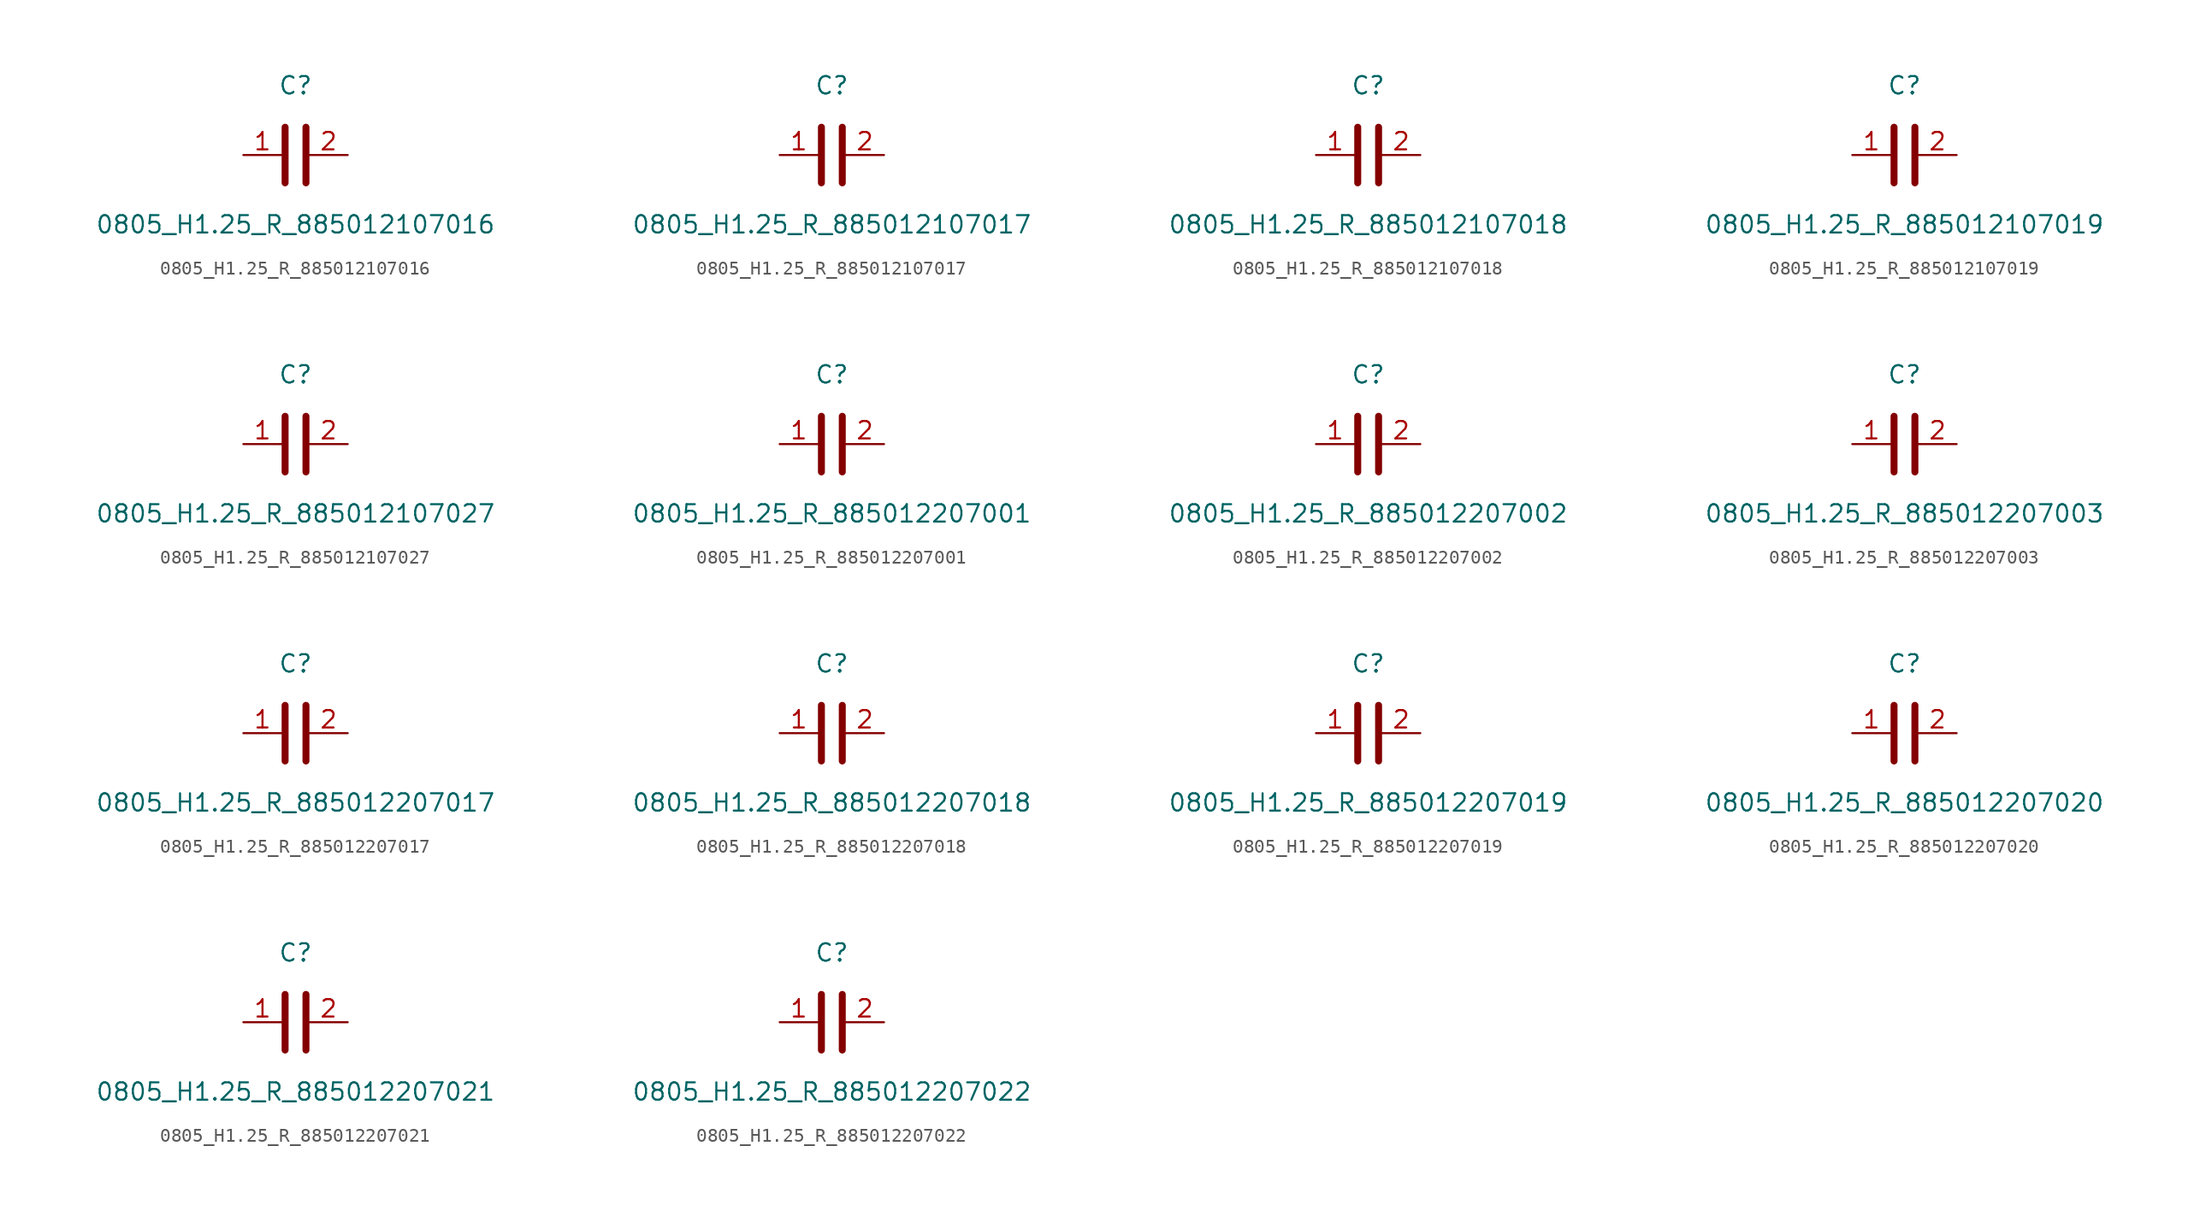
<source format=kicad_sym>
(kicad_symbol_lib
  (version 20220914)
  (generator kicad_symbol_editor)
  (symbol "0805_H1.25_R_885012107016"
    (pin_names hide)
    (property "Reference" "C"
      (at 0 5.08 0)
      (effects (font (size 1.27 1.27))))
    (property "Value" "0805_H1.25_R_885012107016"
      (at 0 -5.08 0)
      (effects (font (size 1.27 1.27))))
    (symbol "0805_H1.25_R_885012107016_0_1"
      (polyline (pts (xy -0.762 -2.032) (xy -0.762 2.032)) (stroke (width 0.508) (type default)) (fill (type none)))
      (polyline (pts (xy 0.762 -2.032) (xy 0.762 2.032)) (stroke (width 0.508) (type default)) (fill (type none))))
    (symbol "0805_H1.25_R_885012107016_1_1"
      (pin passive line (at -3.81 0 0) (length 2.794) (name "1" (effects (font (size 1.27 1.27)))) (number "1" (effects (font (size 1.27 1.27)))))
      (pin passive line (at 3.81 0 180) (length 2.794) (name "2" (effects (font (size 1.27 1.27)))) (number "2" (effects (font (size 1.27 1.27)))))))
  (symbol "0805_H1.25_R_885012107017"
    (pin_names hide)
    (property "Reference" "C"
      (at 0 5.08 0)
      (effects (font (size 1.27 1.27))))
    (property "Value" "0805_H1.25_R_885012107017"
      (at 0 -5.08 0)
      (effects (font (size 1.27 1.27))))
    (symbol "0805_H1.25_R_885012107017_0_1"
      (polyline (pts (xy -0.762 -2.032) (xy -0.762 2.032)) (stroke (width 0.508) (type default)) (fill (type none)))
      (polyline (pts (xy 0.762 -2.032) (xy 0.762 2.032)) (stroke (width 0.508) (type default)) (fill (type none))))
    (symbol "0805_H1.25_R_885012107017_1_1"
      (pin passive line (at -3.81 0 0) (length 2.794) (name "1" (effects (font (size 1.27 1.27)))) (number "1" (effects (font (size 1.27 1.27)))))
      (pin passive line (at 3.81 0 180) (length 2.794) (name "2" (effects (font (size 1.27 1.27)))) (number "2" (effects (font (size 1.27 1.27)))))))
  (symbol "0805_H1.25_R_885012107018"
    (pin_names hide)
    (property "Reference" "C"
      (at 0 5.08 0)
      (effects (font (size 1.27 1.27))))
    (property "Value" "0805_H1.25_R_885012107018"
      (at 0 -5.08 0)
      (effects (font (size 1.27 1.27))))
    (symbol "0805_H1.25_R_885012107018_0_1"
      (polyline (pts (xy -0.762 -2.032) (xy -0.762 2.032)) (stroke (width 0.508) (type default)) (fill (type none)))
      (polyline (pts (xy 0.762 -2.032) (xy 0.762 2.032)) (stroke (width 0.508) (type default)) (fill (type none))))
    (symbol "0805_H1.25_R_885012107018_1_1"
      (pin passive line (at -3.81 0 0) (length 2.794) (name "1" (effects (font (size 1.27 1.27)))) (number "1" (effects (font (size 1.27 1.27)))))
      (pin passive line (at 3.81 0 180) (length 2.794) (name "2" (effects (font (size 1.27 1.27)))) (number "2" (effects (font (size 1.27 1.27)))))))
  (symbol "0805_H1.25_R_885012107019"
    (pin_names hide)
    (property "Reference" "C"
      (at 0 5.08 0)
      (effects (font (size 1.27 1.27))))
    (property "Value" "0805_H1.25_R_885012107019"
      (at 0 -5.08 0)
      (effects (font (size 1.27 1.27))))
    (symbol "0805_H1.25_R_885012107019_0_1"
      (polyline (pts (xy -0.762 -2.032) (xy -0.762 2.032)) (stroke (width 0.508) (type default)) (fill (type none)))
      (polyline (pts (xy 0.762 -2.032) (xy 0.762 2.032)) (stroke (width 0.508) (type default)) (fill (type none))))
    (symbol "0805_H1.25_R_885012107019_1_1"
      (pin passive line (at -3.81 0 0) (length 2.794) (name "1" (effects (font (size 1.27 1.27)))) (number "1" (effects (font (size 1.27 1.27)))))
      (pin passive line (at 3.81 0 180) (length 2.794) (name "2" (effects (font (size 1.27 1.27)))) (number "2" (effects (font (size 1.27 1.27)))))))
  (symbol "0805_H1.25_R_885012107027"
    (pin_names hide)
    (property "Reference" "C"
      (at 0 5.08 0)
      (effects (font (size 1.27 1.27))))
    (property "Value" "0805_H1.25_R_885012107027"
      (at 0 -5.08 0)
      (effects (font (size 1.27 1.27))))
    (symbol "0805_H1.25_R_885012107027_0_1"
      (polyline (pts (xy -0.762 -2.032) (xy -0.762 2.032)) (stroke (width 0.508) (type default)) (fill (type none)))
      (polyline (pts (xy 0.762 -2.032) (xy 0.762 2.032)) (stroke (width 0.508) (type default)) (fill (type none))))
    (symbol "0805_H1.25_R_885012107027_1_1"
      (pin passive line (at -3.81 0 0) (length 2.794) (name "1" (effects (font (size 1.27 1.27)))) (number "1" (effects (font (size 1.27 1.27)))))
      (pin passive line (at 3.81 0 180) (length 2.794) (name "2" (effects (font (size 1.27 1.27)))) (number "2" (effects (font (size 1.27 1.27)))))))
  (symbol "0805_H1.25_R_885012207001"
    (pin_names hide)
    (property "Reference" "C"
      (at 0 5.08 0)
      (effects (font (size 1.27 1.27))))
    (property "Value" "0805_H1.25_R_885012207001"
      (at 0 -5.08 0)
      (effects (font (size 1.27 1.27))))
    (symbol "0805_H1.25_R_885012207001_0_1"
      (polyline (pts (xy -0.762 -2.032) (xy -0.762 2.032)) (stroke (width 0.508) (type default)) (fill (type none)))
      (polyline (pts (xy 0.762 -2.032) (xy 0.762 2.032)) (stroke (width 0.508) (type default)) (fill (type none))))
    (symbol "0805_H1.25_R_885012207001_1_1"
      (pin passive line (at -3.81 0 0) (length 2.794) (name "1" (effects (font (size 1.27 1.27)))) (number "1" (effects (font (size 1.27 1.27)))))
      (pin passive line (at 3.81 0 180) (length 2.794) (name "2" (effects (font (size 1.27 1.27)))) (number "2" (effects (font (size 1.27 1.27)))))))
  (symbol "0805_H1.25_R_885012207002"
    (pin_names hide)
    (property "Reference" "C"
      (at 0 5.08 0)
      (effects (font (size 1.27 1.27))))
    (property "Value" "0805_H1.25_R_885012207002"
      (at 0 -5.08 0)
      (effects (font (size 1.27 1.27))))
    (symbol "0805_H1.25_R_885012207002_0_1"
      (polyline (pts (xy -0.762 -2.032) (xy -0.762 2.032)) (stroke (width 0.508) (type default)) (fill (type none)))
      (polyline (pts (xy 0.762 -2.032) (xy 0.762 2.032)) (stroke (width 0.508) (type default)) (fill (type none))))
    (symbol "0805_H1.25_R_885012207002_1_1"
      (pin passive line (at -3.81 0 0) (length 2.794) (name "1" (effects (font (size 1.27 1.27)))) (number "1" (effects (font (size 1.27 1.27)))))
      (pin passive line (at 3.81 0 180) (length 2.794) (name "2" (effects (font (size 1.27 1.27)))) (number "2" (effects (font (size 1.27 1.27)))))))
  (symbol "0805_H1.25_R_885012207003"
    (pin_names hide)
    (property "Reference" "C"
      (at 0 5.08 0)
      (effects (font (size 1.27 1.27))))
    (property "Value" "0805_H1.25_R_885012207003"
      (at 0 -5.08 0)
      (effects (font (size 1.27 1.27))))
    (symbol "0805_H1.25_R_885012207003_0_1"
      (polyline (pts (xy -0.762 -2.032) (xy -0.762 2.032)) (stroke (width 0.508) (type default)) (fill (type none)))
      (polyline (pts (xy 0.762 -2.032) (xy 0.762 2.032)) (stroke (width 0.508) (type default)) (fill (type none))))
    (symbol "0805_H1.25_R_885012207003_1_1"
      (pin passive line (at -3.81 0 0) (length 2.794) (name "1" (effects (font (size 1.27 1.27)))) (number "1" (effects (font (size 1.27 1.27)))))
      (pin passive line (at 3.81 0 180) (length 2.794) (name "2" (effects (font (size 1.27 1.27)))) (number "2" (effects (font (size 1.27 1.27)))))))
  (symbol "0805_H1.25_R_885012207017"
    (pin_names hide)
    (property "Reference" "C"
      (at 0 5.08 0)
      (effects (font (size 1.27 1.27))))
    (property "Value" "0805_H1.25_R_885012207017"
      (at 0 -5.08 0)
      (effects (font (size 1.27 1.27))))
    (symbol "0805_H1.25_R_885012207017_0_1"
      (polyline (pts (xy -0.762 -2.032) (xy -0.762 2.032)) (stroke (width 0.508) (type default)) (fill (type none)))
      (polyline (pts (xy 0.762 -2.032) (xy 0.762 2.032)) (stroke (width 0.508) (type default)) (fill (type none))))
    (symbol "0805_H1.25_R_885012207017_1_1"
      (pin passive line (at -3.81 0 0) (length 2.794) (name "1" (effects (font (size 1.27 1.27)))) (number "1" (effects (font (size 1.27 1.27)))))
      (pin passive line (at 3.81 0 180) (length 2.794) (name "2" (effects (font (size 1.27 1.27)))) (number "2" (effects (font (size 1.27 1.27)))))))
  (symbol "0805_H1.25_R_885012207018"
    (pin_names hide)
    (property "Reference" "C"
      (at 0 5.08 0)
      (effects (font (size 1.27 1.27))))
    (property "Value" "0805_H1.25_R_885012207018"
      (at 0 -5.08 0)
      (effects (font (size 1.27 1.27))))
    (symbol "0805_H1.25_R_885012207018_0_1"
      (polyline (pts (xy -0.762 -2.032) (xy -0.762 2.032)) (stroke (width 0.508) (type default)) (fill (type none)))
      (polyline (pts (xy 0.762 -2.032) (xy 0.762 2.032)) (stroke (width 0.508) (type default)) (fill (type none))))
    (symbol "0805_H1.25_R_885012207018_1_1"
      (pin passive line (at -3.81 0 0) (length 2.794) (name "1" (effects (font (size 1.27 1.27)))) (number "1" (effects (font (size 1.27 1.27)))))
      (pin passive line (at 3.81 0 180) (length 2.794) (name "2" (effects (font (size 1.27 1.27)))) (number "2" (effects (font (size 1.27 1.27)))))))
  (symbol "0805_H1.25_R_885012207019"
    (pin_names hide)
    (property "Reference" "C"
      (at 0 5.08 0)
      (effects (font (size 1.27 1.27))))
    (property "Value" "0805_H1.25_R_885012207019"
      (at 0 -5.08 0)
      (effects (font (size 1.27 1.27))))
    (symbol "0805_H1.25_R_885012207019_0_1"
      (polyline (pts (xy -0.762 -2.032) (xy -0.762 2.032)) (stroke (width 0.508) (type default)) (fill (type none)))
      (polyline (pts (xy 0.762 -2.032) (xy 0.762 2.032)) (stroke (width 0.508) (type default)) (fill (type none))))
    (symbol "0805_H1.25_R_885012207019_1_1"
      (pin passive line (at -3.81 0 0) (length 2.794) (name "1" (effects (font (size 1.27 1.27)))) (number "1" (effects (font (size 1.27 1.27)))))
      (pin passive line (at 3.81 0 180) (length 2.794) (name "2" (effects (font (size 1.27 1.27)))) (number "2" (effects (font (size 1.27 1.27)))))))
  (symbol "0805_H1.25_R_885012207020"
    (pin_names hide)
    (property "Reference" "C"
      (at 0 5.08 0)
      (effects (font (size 1.27 1.27))))
    (property "Value" "0805_H1.25_R_885012207020"
      (at 0 -5.08 0)
      (effects (font (size 1.27 1.27))))
    (symbol "0805_H1.25_R_885012207020_0_1"
      (polyline (pts (xy -0.762 -2.032) (xy -0.762 2.032)) (stroke (width 0.508) (type default)) (fill (type none)))
      (polyline (pts (xy 0.762 -2.032) (xy 0.762 2.032)) (stroke (width 0.508) (type default)) (fill (type none))))
    (symbol "0805_H1.25_R_885012207020_1_1"
      (pin passive line (at -3.81 0 0) (length 2.794) (name "1" (effects (font (size 1.27 1.27)))) (number "1" (effects (font (size 1.27 1.27)))))
      (pin passive line (at 3.81 0 180) (length 2.794) (name "2" (effects (font (size 1.27 1.27)))) (number "2" (effects (font (size 1.27 1.27)))))))
  (symbol "0805_H1.25_R_885012207021"
    (pin_names hide)
    (property "Reference" "C"
      (at 0 5.08 0)
      (effects (font (size 1.27 1.27))))
    (property "Value" "0805_H1.25_R_885012207021"
      (at 0 -5.08 0)
      (effects (font (size 1.27 1.27))))
    (symbol "0805_H1.25_R_885012207021_0_1"
      (polyline (pts (xy -0.762 -2.032) (xy -0.762 2.032)) (stroke (width 0.508) (type default)) (fill (type none)))
      (polyline (pts (xy 0.762 -2.032) (xy 0.762 2.032)) (stroke (width 0.508) (type default)) (fill (type none))))
    (symbol "0805_H1.25_R_885012207021_1_1"
      (pin passive line (at -3.81 0 0) (length 2.794) (name "1" (effects (font (size 1.27 1.27)))) (number "1" (effects (font (size 1.27 1.27)))))
      (pin passive line (at 3.81 0 180) (length 2.794) (name "2" (effects (font (size 1.27 1.27)))) (number "2" (effects (font (size 1.27 1.27)))))))
  (symbol "0805_H1.25_R_885012207022"
    (pin_names hide)
    (property "Reference" "C"
      (at 0 5.08 0)
      (effects (font (size 1.27 1.27))))
    (property "Value" "0805_H1.25_R_885012207022"
      (at 0 -5.08 0)
      (effects (font (size 1.27 1.27))))
    (symbol "0805_H1.25_R_885012207022_0_1"
      (polyline (pts (xy -0.762 -2.032) (xy -0.762 2.032)) (stroke (width 0.508) (type default)) (fill (type none)))
      (polyline (pts (xy 0.762 -2.032) (xy 0.762 2.032)) (stroke (width 0.508) (type default)) (fill (type none))))
    (symbol "0805_H1.25_R_885012207022_1_1"
      (pin passive line (at -3.81 0 0) (length 2.794) (name "1" (effects (font (size 1.27 1.27)))) (number "1" (effects (font (size 1.27 1.27)))))
      (pin passive line (at 3.81 0 180) (length 2.794) (name "2" (effects (font (size 1.27 1.27)))) (number "2" (effects (font (size 1.27 1.27))))))))
</source>
